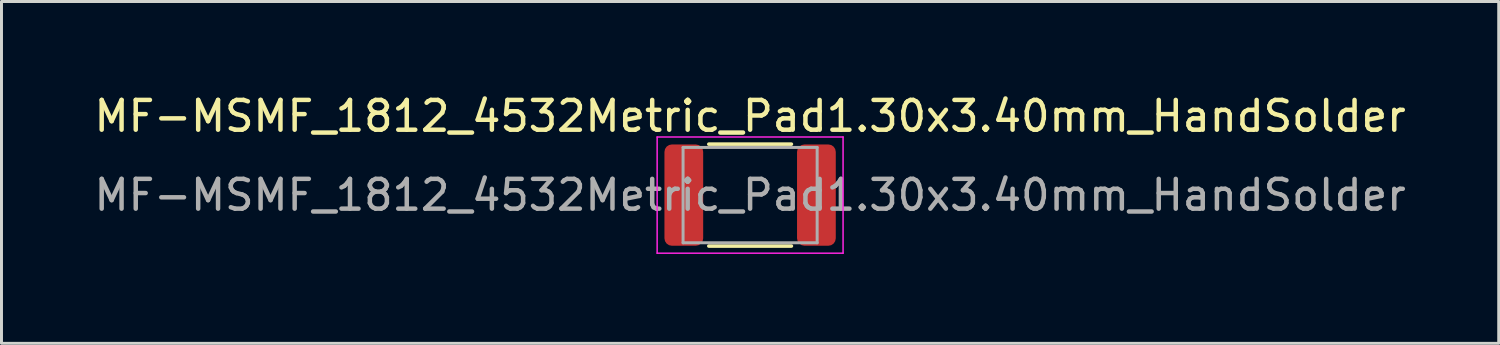
<source format=kicad_pcb>
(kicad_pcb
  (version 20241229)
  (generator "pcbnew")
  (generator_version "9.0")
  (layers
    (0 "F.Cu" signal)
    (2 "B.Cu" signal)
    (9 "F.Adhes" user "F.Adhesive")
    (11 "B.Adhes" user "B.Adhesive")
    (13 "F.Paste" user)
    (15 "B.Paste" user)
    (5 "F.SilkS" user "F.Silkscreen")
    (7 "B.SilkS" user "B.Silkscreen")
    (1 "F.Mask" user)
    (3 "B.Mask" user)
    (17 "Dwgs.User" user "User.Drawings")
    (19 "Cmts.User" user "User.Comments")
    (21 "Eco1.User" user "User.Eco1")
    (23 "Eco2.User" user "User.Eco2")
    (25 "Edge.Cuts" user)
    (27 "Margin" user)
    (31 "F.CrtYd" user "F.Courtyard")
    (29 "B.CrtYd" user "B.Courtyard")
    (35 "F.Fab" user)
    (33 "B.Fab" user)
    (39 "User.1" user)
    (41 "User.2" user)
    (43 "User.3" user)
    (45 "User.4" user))
  (footprint "MF-MSMF_1812_4532Metric_Pad1.30x3.40mm_HandSolder"
    (layer "F.Cu")
    (at 22.125 3.498)
    (property "Reference" "MF-MSMF_1812_4532Metric_Pad1.30x3.40mm_HandSolder" (at 0 -2.65 0) (layer "F.SilkS") (effects (font (size 1 1) (thickness 0.15))))
    (attr smd)
    (fp_line (start -1.386 -1.71) (end 1.386 -1.71) (stroke (width 0.12) (type solid)) (layer "F.SilkS"))
    (fp_line (start -1.386 1.71) (end 1.386 1.71) (stroke (width 0.12) (type solid)) (layer "F.SilkS"))
    (fp_line (start -3.12 -1.95) (end 3.12 -1.95) (stroke (width 0.05) (type solid)) (layer "F.CrtYd"))
    (fp_line (start -3.12 1.95) (end -3.12 -1.95) (stroke (width 0.05) (type solid)) (layer "F.CrtYd"))
    (fp_line (start 3.12 -1.95) (end 3.12 1.95) (stroke (width 0.05) (type solid)) (layer "F.CrtYd"))
    (fp_line (start 3.12 1.95) (end -3.12 1.95) (stroke (width 0.05) (type solid)) (layer "F.CrtYd"))
    (fp_line (start -2.25 -1.6) (end 2.25 -1.6) (stroke (width 0.1) (type solid)) (layer "F.Fab"))
    (fp_line (start -2.25 1.6) (end -2.25 -1.6) (stroke (width 0.1) (type solid)) (layer "F.Fab"))
    (fp_line (start 2.25 -1.6) (end 2.25 1.6) (stroke (width 0.1) (type solid)) (layer "F.Fab"))
    (fp_line (start 2.25 1.6) (end -2.25 1.6) (stroke (width 0.1) (type solid)) (layer "F.Fab"))
    (fp_text user "${REFERENCE}" (at 0 0 0) (layer "F.Fab") (effects (font (size 1 1) (thickness 0.15))))
    (pad "1" smd roundrect (at -2.225 0) (size 1.3 3.4) (layers "F.Cu" "F.Mask" "F.Paste") (roundrect_rratio 0.192))
    (pad "2" smd roundrect (at 2.225 0) (size 1.3 3.4) (layers "F.Cu" "F.Mask" "F.Paste") (roundrect_rratio 0.192)))
  (gr_rect
    (start -3 -3)
    (end 47.25 8.473)
    (stroke (width 0.1) (type default))
    (fill no)
    (layer "Edge.Cuts")))
</source>
